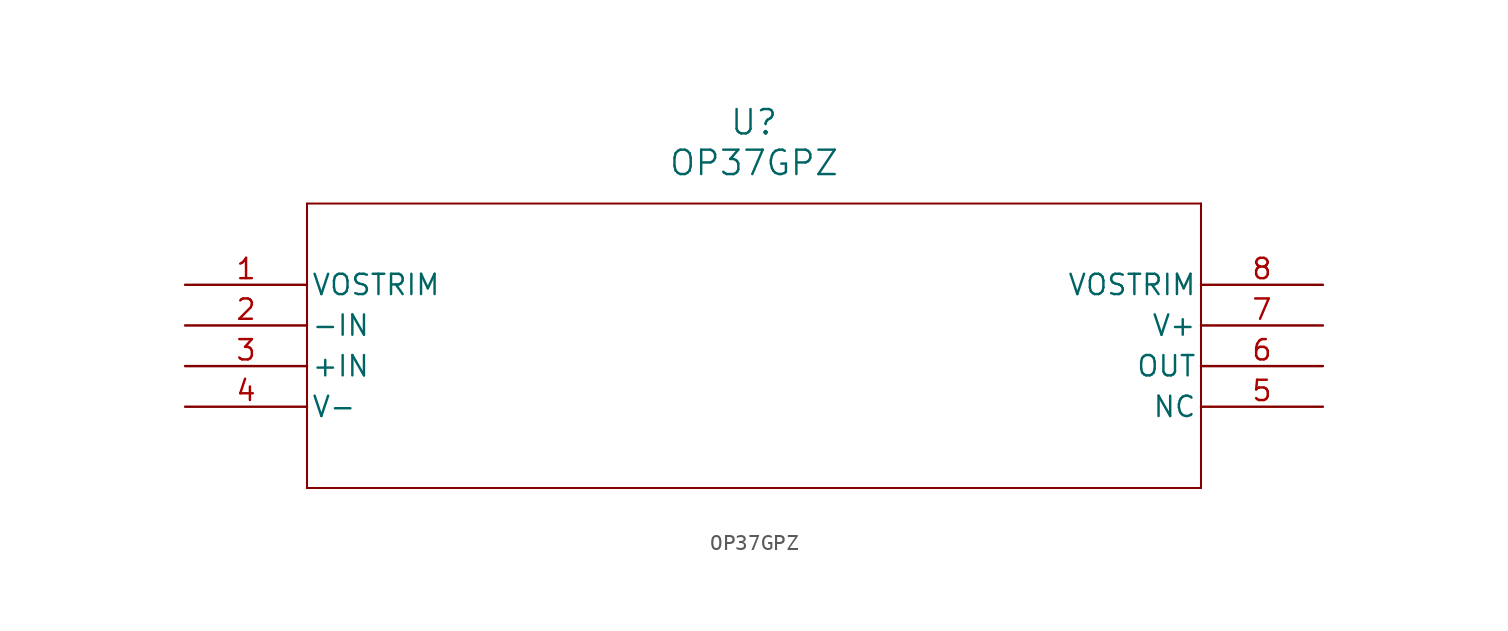
<source format=kicad_sym>
(kicad_symbol_lib
  (version 20211014)
  (generator kicad_symbol_editor)
  (symbol "OP37GPZ"
    (pin_names
      (offset 0.254))
    (property "Reference" "U"
      (at 35.56 10.16 0)
      (effects (font (size 1.524 1.524))))
    (property "Value" "OP37GPZ"
      (at 35.56 7.62 0)
      (effects (font (size 1.524 1.524))))
    (symbol "OP37GPZ_0_1"
      (polyline (pts (xy 7.62 5.08) (xy 7.62 -12.7)) (stroke (width 0.127) (type default) (color 0 0 0 0)) (fill (type none)))
      (polyline (pts (xy 7.62 -12.7) (xy 63.5 -12.7)) (stroke (width 0.127) (type default) (color 0 0 0 0)) (fill (type none)))
      (polyline (pts (xy 63.5 -12.7) (xy 63.5 5.08)) (stroke (width 0.127) (type default) (color 0 0 0 0)) (fill (type none)))
      (polyline (pts (xy 63.5 5.08) (xy 7.62 5.08)) (stroke (width 0.127) (type default) (color 0 0 0 0)) (fill (type none)))
      (pin unspecified line (at 0 0 0) (length 7.62) (name "VOSTRIM" (effects (font (size 1.27 1.27)))) (number "1" (effects (font (size 1.27 1.27)))))
      (pin unspecified line (at 0 -2.54 0) (length 7.62) (name "-IN" (effects (font (size 1.27 1.27)))) (number "2" (effects (font (size 1.27 1.27)))))
      (pin unspecified line (at 0 -5.08 0) (length 7.62) (name "+IN" (effects (font (size 1.27 1.27)))) (number "3" (effects (font (size 1.27 1.27)))))
      (pin power_in line (at 0 -7.62 0) (length 7.62) (name "V-" (effects (font (size 1.27 1.27)))) (number "4" (effects (font (size 1.27 1.27)))))
      (pin unspecified line (at 71.12 -7.62 180) (length 7.62) (name "NC" (effects (font (size 1.27 1.27)))) (number "5" (effects (font (size 1.27 1.27)))))
      (pin unspecified line (at 71.12 -5.08 180) (length 7.62) (name "OUT" (effects (font (size 1.27 1.27)))) (number "6" (effects (font (size 1.27 1.27)))))
      (pin power_in line (at 71.12 -2.54 180) (length 7.62) (name "V+" (effects (font (size 1.27 1.27)))) (number "7" (effects (font (size 1.27 1.27)))))
      (pin unspecified line (at 71.12 0 180) (length 7.62) (name "VOSTRIM" (effects (font (size 1.27 1.27)))) (number "8" (effects (font (size 1.27 1.27))))))))
</source>
